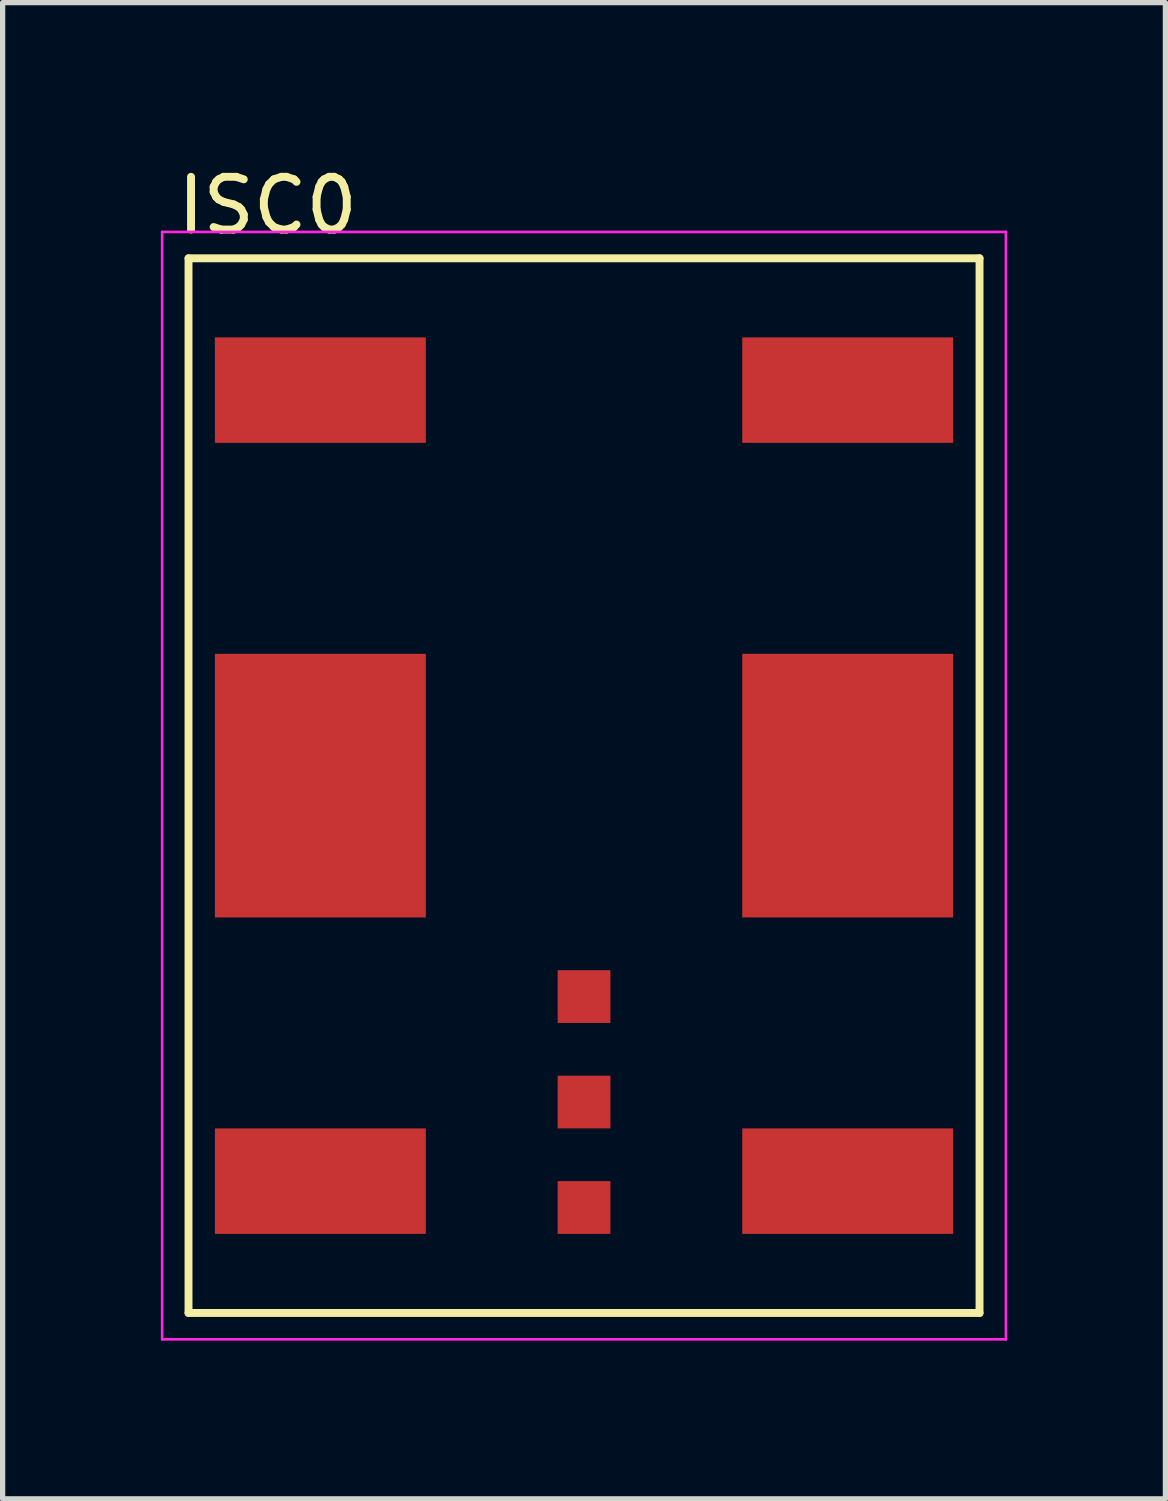
<source format=kicad_pcb>
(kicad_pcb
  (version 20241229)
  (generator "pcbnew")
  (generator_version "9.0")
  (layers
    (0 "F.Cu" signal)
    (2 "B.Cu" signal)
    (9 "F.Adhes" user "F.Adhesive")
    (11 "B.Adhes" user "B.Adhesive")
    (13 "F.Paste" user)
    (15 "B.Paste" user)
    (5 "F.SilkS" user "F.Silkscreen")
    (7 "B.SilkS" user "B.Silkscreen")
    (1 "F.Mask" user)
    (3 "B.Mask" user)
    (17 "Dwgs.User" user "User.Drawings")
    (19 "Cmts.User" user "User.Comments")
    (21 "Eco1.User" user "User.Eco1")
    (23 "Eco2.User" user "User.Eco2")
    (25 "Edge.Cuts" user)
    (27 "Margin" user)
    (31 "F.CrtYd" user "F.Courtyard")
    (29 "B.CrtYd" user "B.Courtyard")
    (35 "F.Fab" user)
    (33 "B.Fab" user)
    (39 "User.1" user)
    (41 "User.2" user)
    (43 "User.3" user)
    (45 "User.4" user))
  (footprint "ISC0"
    (layer "F.Cu")
    (at 8.025 11.848)
    (property "Reference" "ISC0" (at -6 -11 0) (layer "F.SilkS") (effects (font (size 1 1) (thickness 0.15))))
    (attr through_hole)
    (fp_line (start -7.5 -10) (end -7.5 10) (stroke (width 0.15) (type solid)) (layer "F.SilkS"))
    (fp_line (start -7.5 10) (end 7.5 10) (stroke (width 0.15) (type solid)) (layer "F.SilkS"))
    (fp_line (start 7.5 -10) (end -7.5 -10) (stroke (width 0.15) (type solid)) (layer "F.SilkS"))
    (fp_line (start 7.5 10) (end 7.5 -10) (stroke (width 0.15) (type solid)) (layer "F.SilkS"))
    (fp_line (start -8 -10.5) (end -8 10.5) (stroke (width 0.05) (type solid)) (layer "F.CrtYd"))
    (fp_line (start -8 10.5) (end 8 10.5) (stroke (width 0.05) (type solid)) (layer "F.CrtYd"))
    (fp_line (start 8 -10.5) (end -8 -10.5) (stroke (width 0.05) (type solid)) (layer "F.CrtYd"))
    (fp_line (start 8 10.5) (end 8 -10.5) (stroke (width 0.05) (type solid)) (layer "F.CrtYd"))
    (pad "1" smd rect (at -5 7.5) (size 4 2) (layers "F.Cu" "F.Mask" "F.Paste"))
    (pad "2" smd rect (at 0 4) (size 1 1) (layers "F.Cu" "F.Mask" "F.Paste"))
    (pad "3" smd rect (at 0 6) (size 1 1) (layers "F.Cu" "F.Mask" "F.Paste"))
    (pad "4" smd rect (at 0 8) (size 1 1) (layers "F.Cu" "F.Mask" "F.Paste"))
    (pad "5" smd rect (at 5 7.5) (size 4 2) (layers "F.Cu" "F.Mask" "F.Paste"))
    (pad "6" smd rect (at 5 0) (size 4 5) (layers "F.Cu" "F.Mask" "F.Paste"))
    (pad "7" smd rect (at 5 -7.5) (size 4 2) (layers "F.Cu" "F.Mask" "F.Paste"))
    (pad "8" smd rect (at -5 -7.5) (size 4 2) (layers "F.Cu" "F.Mask" "F.Paste"))
    (pad "9" smd rect (at -5 0) (size 4 5) (layers "F.Cu" "F.Mask" "F.Paste")))
  (gr_rect
    (start -3 -3)
    (end 19.05 25.373)
    (stroke (width 0.1) (type default))
    (fill no)
    (layer "Edge.Cuts")))
</source>
